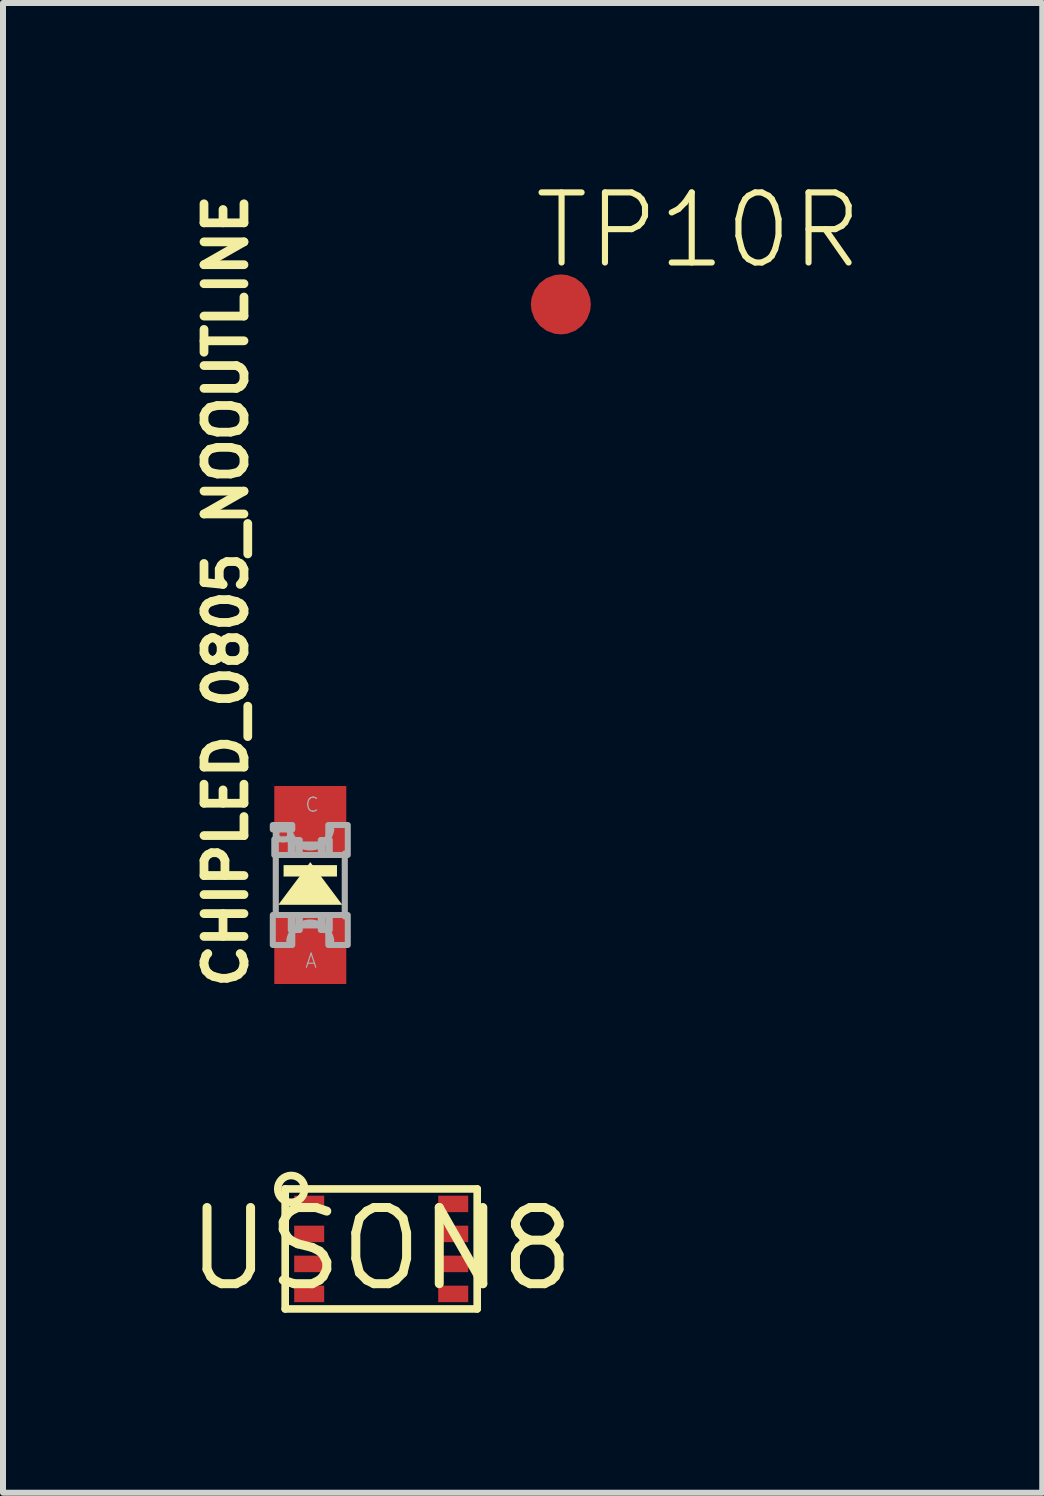
<source format=kicad_pcb>
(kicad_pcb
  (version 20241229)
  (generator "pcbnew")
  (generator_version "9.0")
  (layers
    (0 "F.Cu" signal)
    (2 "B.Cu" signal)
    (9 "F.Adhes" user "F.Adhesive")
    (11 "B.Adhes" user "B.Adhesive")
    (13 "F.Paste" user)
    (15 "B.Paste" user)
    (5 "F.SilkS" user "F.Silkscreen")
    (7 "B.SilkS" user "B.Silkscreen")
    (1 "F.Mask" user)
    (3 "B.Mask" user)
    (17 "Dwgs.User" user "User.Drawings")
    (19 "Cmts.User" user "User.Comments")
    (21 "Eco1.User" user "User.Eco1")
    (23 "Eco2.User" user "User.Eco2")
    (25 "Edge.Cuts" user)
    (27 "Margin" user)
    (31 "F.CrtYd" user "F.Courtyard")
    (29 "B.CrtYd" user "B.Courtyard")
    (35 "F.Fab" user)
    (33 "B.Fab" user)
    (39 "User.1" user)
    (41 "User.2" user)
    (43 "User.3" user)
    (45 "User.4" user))
  (footprint "TP10R"
    (layer "F.Cu")
    (at 6.297 2.023)
    (property "Reference" "TP10R" (at -0.5 -0.55 0) (layer "F.SilkS") (effects (font (size 1.168 1.168) (thickness 0.102)) (justify left bottom)))
    (pad "TP" smd roundrect (at 0 0) (size 1 1) (layers "F.Cu" "F.Mask") (roundrect_rratio 0.5)))
  (footprint "USON8"
    (layer "F.Cu")
    (at 3.303 17.764)
    (property "Reference" "USON8" (at 0 0 0) (layer "F.SilkS") (effects (font (size 1.27 1.27) (thickness 0.15))))
    (fp_line (start -1.6 -1) (end 1.6 -1) (stroke (width 0.127) (type solid)) (layer "F.SilkS"))
    (fp_line (start -1.6 1) (end -1.6 -1) (stroke (width 0.127) (type solid)) (layer "F.SilkS"))
    (fp_line (start 1.6 -1) (end 1.6 1) (stroke (width 0.127) (type solid)) (layer "F.SilkS"))
    (fp_line (start 1.6 1) (end -1.6 1) (stroke (width 0.127) (type solid)) (layer "F.SilkS"))
    (fp_circle (center -1.5 -1) (end -1.276 -1) (stroke (width 0.127) (type solid)) (fill no) (layer "F.SilkS"))
    (pad "1" smd rect (at -1.2 -0.75 90) (size 0.275 0.5) (layers "F.Cu" "F.Mask" "F.Paste"))
    (pad "2" smd rect (at -1.2 -0.25 90) (size 0.275 0.5) (layers "F.Cu" "F.Mask" "F.Paste"))
    (pad "3" smd rect (at -1.2 0.25 90) (size 0.275 0.5) (layers "F.Cu" "F.Mask" "F.Paste"))
    (pad "4" smd rect (at -1.2 0.75 90) (size 0.275 0.5) (layers "F.Cu" "F.Mask" "F.Paste"))
    (pad "5" smd rect (at 1.2 0.75 90) (size 0.275 0.5) (layers "F.Cu" "F.Mask" "F.Paste"))
    (pad "6" smd rect (at 1.2 0.25 90) (size 0.275 0.5) (layers "F.Cu" "F.Mask" "F.Paste"))
    (pad "7" smd rect (at 1.2 -0.25 90) (size 0.275 0.5) (layers "F.Cu" "F.Mask" "F.Paste"))
    (pad "8" smd rect (at 1.2 -0.75 90) (size 0.275 0.5) (layers "F.Cu" "F.Mask" "F.Paste")))
  (footprint "CHIPLED_0805_NOOUTLINE"
    (layer "F.Cu")
    (at 2.121 11.699)
    (property "Reference" "CHIPLED_0805_NOOUTLINE" (at -1.016 1.778 90) (layer "F.SilkS") (effects (font (size 0.666 0.666) (thickness 0.146)) (justify left bottom)))
    (fp_poly (pts (xy 0.533 0.33) (xy -0.533 0.33) (xy 0 -0.381)) (stroke (width 0) (type default)) (fill yes) (layer "F.SilkS"))
    (fp_poly (pts (xy -0.445 -0.141) (xy 0.445 -0.141) (xy 0.445 -0.331) (xy -0.445 -0.331)) (stroke (width 0) (type default)) (fill yes) (layer "F.SilkS"))
    (fp_line (start -0.575 0.5) (end -0.575 -0.925) (stroke (width 0.102) (type solid)) (layer "F.Fab"))
    (fp_line (start 0.575 -0.525) (end 0.575 0.525) (stroke (width 0.102) (type solid)) (layer "F.Fab"))
    (fp_arc (start -0.35 0.925) (mid -0.000001 0.625027) (end 0.35 0.924998) (stroke (width 0.1016) (type solid)) (layer "F.Fab"))
    (fp_arc (start 0.35 -0.924998) (mid -0.000001 -0.625027) (end -0.35 -0.925) (stroke (width 0.1016) (type solid)) (layer "F.Fab"))
    (fp_circle (center -0.45 -0.85) (end -0.347 -0.85) (stroke (width 0.076) (type solid)) (fill no) (layer "F.Fab"))
    (fp_poly (pts (xy -0.625 -0.925) (xy -0.3 -0.925) (xy -0.3 -1) (xy -0.625 -1)) (stroke (width 0.1) (type default)) (fill no) (layer "F.Fab"))
    (fp_poly (pts (xy -0.625 1) (xy -0.3 1) (xy -0.3 0.5) (xy -0.625 0.5)) (stroke (width 0.1) (type default)) (fill no) (layer "F.Fab"))
    (fp_poly (pts (xy -0.6 -0.5) (xy -0.3 -0.5) (xy -0.3 -0.762) (xy -0.6 -0.762)) (stroke (width 0.1) (type default)) (fill no) (layer "F.Fab"))
    (fp_poly (pts (xy -0.325 -0.5) (xy -0.175 -0.5) (xy -0.175 -0.75) (xy -0.325 -0.75)) (stroke (width 0.1) (type default)) (fill no) (layer "F.Fab"))
    (fp_poly (pts (xy -0.325 0.75) (xy -0.175 0.75) (xy -0.175 0.5) (xy -0.325 0.5)) (stroke (width 0.1) (type default)) (fill no) (layer "F.Fab"))
    (fp_poly (pts (xy -0.2 -0.5) (xy 0.2 -0.5) (xy 0.2 -0.675) (xy -0.2 -0.675)) (stroke (width 0.1) (type default)) (fill no) (layer "F.Fab"))
    (fp_poly (pts (xy -0.2 0.675) (xy 0.2 0.675) (xy 0.2 0.5) (xy -0.2 0.5)) (stroke (width 0.1) (type default)) (fill no) (layer "F.Fab"))
    (fp_poly (pts (xy 0.175 -0.5) (xy 0.325 -0.5) (xy 0.325 -0.75) (xy 0.175 -0.75)) (stroke (width 0.1) (type default)) (fill no) (layer "F.Fab"))
    (fp_poly (pts (xy 0.175 0.75) (xy 0.325 0.75) (xy 0.325 0.5) (xy 0.175 0.5)) (stroke (width 0.1) (type default)) (fill no) (layer "F.Fab"))
    (fp_poly (pts (xy 0.3 -0.5) (xy 0.625 -0.5) (xy 0.625 -1) (xy 0.3 -1)) (stroke (width 0.1) (type default)) (fill no) (layer "F.Fab"))
    (fp_poly (pts (xy 0.3 1) (xy 0.625 1) (xy 0.625 0.5) (xy 0.3 0.5)) (stroke (width 0.1) (type default)) (fill no) (layer "F.Fab"))
    (fp_text user "C" (at -0.1 -1.2 0) (layer "F.Fab") (effects (font (size 0.234 0.234) (thickness 0.02)) (justify left bottom)))
    (fp_text user "A" (at -0.1 1.4 0) (layer "F.Fab") (effects (font (size 0.234 0.234) (thickness 0.02)) (justify left bottom)))
    (pad "A" smd rect (at 0 1.05) (size 1.2 1.2) (layers "F.Cu" "F.Mask" "F.Paste"))
    (pad "C" smd rect (at 0 -1.05) (size 1.2 1.2) (layers "F.Cu" "F.Mask" "F.Paste")))
  (gr_rect
    (start -3 -3)
    (end 14.32 21.827)
    (stroke (width 0.1) (type default))
    (fill no)
    (layer "Edge.Cuts")))
</source>
